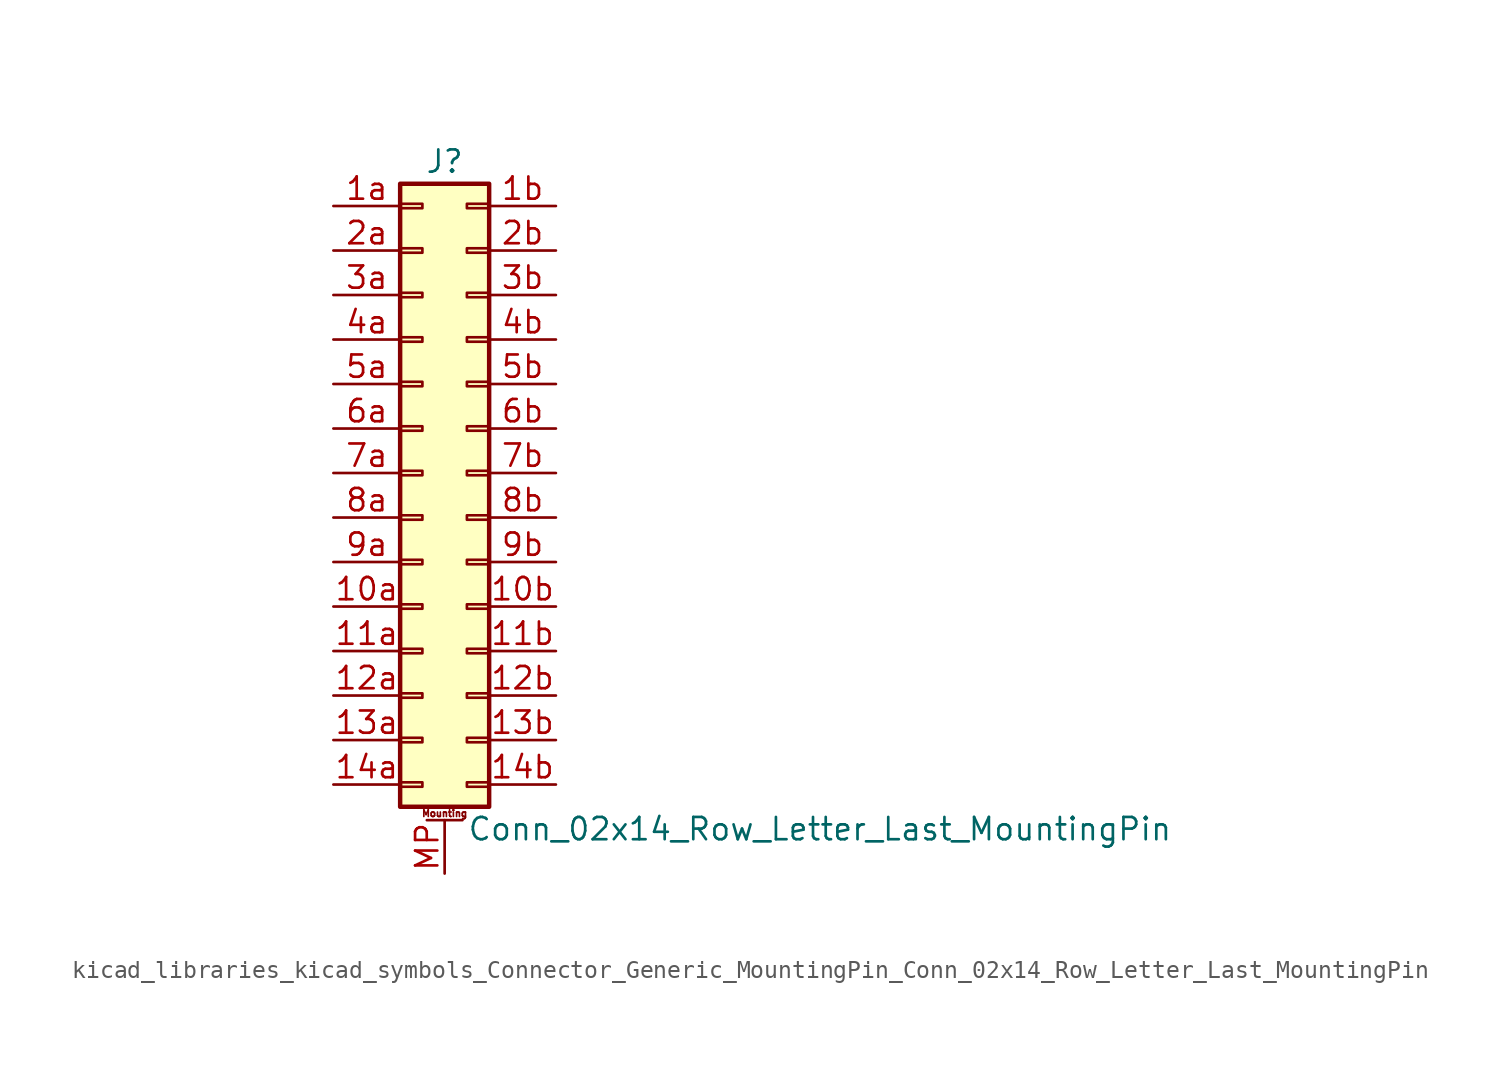
<source format=kicad_sym>
(kicad_symbol_lib
  (version 20220914)
  (generator kicad_symbol_editor)
  (symbol "kicad_libraries_kicad_symbols_Connector_Generic_MountingPin_Conn_02x14_Row_Letter_Last_MountingPin"
    (pin_names
      (offset 1.016) hide)
    (property "Reference" "J"
      (at 1.27 17.78 0)
      (effects (font (size 1.27 1.27))))
    (property "Value" "Conn_02x14_Row_Letter_Last_MountingPin"
      (at 2.54 -20.32 0)
      (effects (font (size 1.27 1.27)) (justify left)))
    (symbol "kicad_libraries_kicad_symbols_Connector_Generic_MountingPin_Conn_02x14_Row_Letter_Last_MountingPin_1_1"
      (rectangle (start -1.27 -17.653) (end 0 -17.907) (stroke (width 0.152) (type default)) (fill (type none)))
      (rectangle (start -1.27 -15.113) (end 0 -15.367) (stroke (width 0.152) (type default)) (fill (type none)))
      (rectangle (start -1.27 -12.573) (end 0 -12.827) (stroke (width 0.152) (type default)) (fill (type none)))
      (rectangle (start -1.27 -10.033) (end 0 -10.287) (stroke (width 0.152) (type default)) (fill (type none)))
      (rectangle (start -1.27 -7.493) (end 0 -7.747) (stroke (width 0.152) (type default)) (fill (type none)))
      (rectangle (start -1.27 -4.953) (end 0 -5.207) (stroke (width 0.152) (type default)) (fill (type none)))
      (rectangle (start -1.27 -2.413) (end 0 -2.667) (stroke (width 0.152) (type default)) (fill (type none)))
      (rectangle (start -1.27 0.127) (end 0 -0.127) (stroke (width 0.152) (type default)) (fill (type none)))
      (rectangle (start -1.27 2.667) (end 0 2.413) (stroke (width 0.152) (type default)) (fill (type none)))
      (rectangle (start -1.27 5.207) (end 0 4.953) (stroke (width 0.152) (type default)) (fill (type none)))
      (rectangle (start -1.27 7.747) (end 0 7.493) (stroke (width 0.152) (type default)) (fill (type none)))
      (rectangle (start -1.27 10.287) (end 0 10.033) (stroke (width 0.152) (type default)) (fill (type none)))
      (rectangle (start -1.27 12.827) (end 0 12.573) (stroke (width 0.152) (type default)) (fill (type none)))
      (rectangle (start -1.27 15.367) (end 0 15.113) (stroke (width 0.152) (type default)) (fill (type none)))
      (rectangle (start -1.27 16.51) (end 3.81 -19.05) (stroke (width 0.254) (type default)) (fill (type background)))
      (polyline (pts (xy 0.254 -19.812) (xy 2.286 -19.812)) (stroke (width 0.152) (type default)) (fill (type none)))
      (rectangle (start 3.81 -17.653) (end 2.54 -17.907) (stroke (width 0.152) (type default)) (fill (type none)))
      (rectangle (start 3.81 -15.113) (end 2.54 -15.367) (stroke (width 0.152) (type default)) (fill (type none)))
      (rectangle (start 3.81 -12.573) (end 2.54 -12.827) (stroke (width 0.152) (type default)) (fill (type none)))
      (rectangle (start 3.81 -10.033) (end 2.54 -10.287) (stroke (width 0.152) (type default)) (fill (type none)))
      (rectangle (start 3.81 -7.493) (end 2.54 -7.747) (stroke (width 0.152) (type default)) (fill (type none)))
      (rectangle (start 3.81 -4.953) (end 2.54 -5.207) (stroke (width 0.152) (type default)) (fill (type none)))
      (rectangle (start 3.81 -2.413) (end 2.54 -2.667) (stroke (width 0.152) (type default)) (fill (type none)))
      (rectangle (start 3.81 0.127) (end 2.54 -0.127) (stroke (width 0.152) (type default)) (fill (type none)))
      (rectangle (start 3.81 2.667) (end 2.54 2.413) (stroke (width 0.152) (type default)) (fill (type none)))
      (rectangle (start 3.81 5.207) (end 2.54 4.953) (stroke (width 0.152) (type default)) (fill (type none)))
      (rectangle (start 3.81 7.747) (end 2.54 7.493) (stroke (width 0.152) (type default)) (fill (type none)))
      (rectangle (start 3.81 10.287) (end 2.54 10.033) (stroke (width 0.152) (type default)) (fill (type none)))
      (rectangle (start 3.81 12.827) (end 2.54 12.573) (stroke (width 0.152) (type default)) (fill (type none)))
      (rectangle (start 3.81 15.367) (end 2.54 15.113) (stroke (width 0.152) (type default)) (fill (type none)))
      (text "Mounting" (at 1.27 -19.431 0) (effects (font (size 0.381 0.381))))
      (pin passive line (at -5.08 -7.62 0) (length 3.81) (name "Pin_10a" (effects (font (size 1.27 1.27)))) (number "10a" (effects (font (size 1.27 1.27)))))
      (pin passive line (at 7.62 -7.62 180) (length 3.81) (name "Pin_10b" (effects (font (size 1.27 1.27)))) (number "10b" (effects (font (size 1.27 1.27)))))
      (pin passive line (at -5.08 -10.16 0) (length 3.81) (name "Pin_11a" (effects (font (size 1.27 1.27)))) (number "11a" (effects (font (size 1.27 1.27)))))
      (pin passive line (at 7.62 -10.16 180) (length 3.81) (name "Pin_11b" (effects (font (size 1.27 1.27)))) (number "11b" (effects (font (size 1.27 1.27)))))
      (pin passive line (at -5.08 -12.7 0) (length 3.81) (name "Pin_12a" (effects (font (size 1.27 1.27)))) (number "12a" (effects (font (size 1.27 1.27)))))
      (pin passive line (at 7.62 -12.7 180) (length 3.81) (name "Pin_12b" (effects (font (size 1.27 1.27)))) (number "12b" (effects (font (size 1.27 1.27)))))
      (pin passive line (at -5.08 -15.24 0) (length 3.81) (name "Pin_13a" (effects (font (size 1.27 1.27)))) (number "13a" (effects (font (size 1.27 1.27)))))
      (pin passive line (at 7.62 -15.24 180) (length 3.81) (name "Pin_13b" (effects (font (size 1.27 1.27)))) (number "13b" (effects (font (size 1.27 1.27)))))
      (pin passive line (at -5.08 -17.78 0) (length 3.81) (name "Pin_14a" (effects (font (size 1.27 1.27)))) (number "14a" (effects (font (size 1.27 1.27)))))
      (pin passive line (at 7.62 -17.78 180) (length 3.81) (name "Pin_14b" (effects (font (size 1.27 1.27)))) (number "14b" (effects (font (size 1.27 1.27)))))
      (pin passive line (at -5.08 15.24 0) (length 3.81) (name "Pin_1a" (effects (font (size 1.27 1.27)))) (number "1a" (effects (font (size 1.27 1.27)))))
      (pin passive line (at 7.62 15.24 180) (length 3.81) (name "Pin_1b" (effects (font (size 1.27 1.27)))) (number "1b" (effects (font (size 1.27 1.27)))))
      (pin passive line (at -5.08 12.7 0) (length 3.81) (name "Pin_2a" (effects (font (size 1.27 1.27)))) (number "2a" (effects (font (size 1.27 1.27)))))
      (pin passive line (at 7.62 12.7 180) (length 3.81) (name "Pin_2b" (effects (font (size 1.27 1.27)))) (number "2b" (effects (font (size 1.27 1.27)))))
      (pin passive line (at -5.08 10.16 0) (length 3.81) (name "Pin_3a" (effects (font (size 1.27 1.27)))) (number "3a" (effects (font (size 1.27 1.27)))))
      (pin passive line (at 7.62 10.16 180) (length 3.81) (name "Pin_3b" (effects (font (size 1.27 1.27)))) (number "3b" (effects (font (size 1.27 1.27)))))
      (pin passive line (at -5.08 7.62 0) (length 3.81) (name "Pin_4a" (effects (font (size 1.27 1.27)))) (number "4a" (effects (font (size 1.27 1.27)))))
      (pin passive line (at 7.62 7.62 180) (length 3.81) (name "Pin_4b" (effects (font (size 1.27 1.27)))) (number "4b" (effects (font (size 1.27 1.27)))))
      (pin passive line (at -5.08 5.08 0) (length 3.81) (name "Pin_5a" (effects (font (size 1.27 1.27)))) (number "5a" (effects (font (size 1.27 1.27)))))
      (pin passive line (at 7.62 5.08 180) (length 3.81) (name "Pin_5b" (effects (font (size 1.27 1.27)))) (number "5b" (effects (font (size 1.27 1.27)))))
      (pin passive line (at -5.08 2.54 0) (length 3.81) (name "Pin_6a" (effects (font (size 1.27 1.27)))) (number "6a" (effects (font (size 1.27 1.27)))))
      (pin passive line (at 7.62 2.54 180) (length 3.81) (name "Pin_6b" (effects (font (size 1.27 1.27)))) (number "6b" (effects (font (size 1.27 1.27)))))
      (pin passive line (at -5.08 0 0) (length 3.81) (name "Pin_7a" (effects (font (size 1.27 1.27)))) (number "7a" (effects (font (size 1.27 1.27)))))
      (pin passive line (at 7.62 0 180) (length 3.81) (name "Pin_7b" (effects (font (size 1.27 1.27)))) (number "7b" (effects (font (size 1.27 1.27)))))
      (pin passive line (at -5.08 -2.54 0) (length 3.81) (name "Pin_8a" (effects (font (size 1.27 1.27)))) (number "8a" (effects (font (size 1.27 1.27)))))
      (pin passive line (at 7.62 -2.54 180) (length 3.81) (name "Pin_8b" (effects (font (size 1.27 1.27)))) (number "8b" (effects (font (size 1.27 1.27)))))
      (pin passive line (at -5.08 -5.08 0) (length 3.81) (name "Pin_9a" (effects (font (size 1.27 1.27)))) (number "9a" (effects (font (size 1.27 1.27)))))
      (pin passive line (at 7.62 -5.08 180) (length 3.81) (name "Pin_9b" (effects (font (size 1.27 1.27)))) (number "9b" (effects (font (size 1.27 1.27)))))
      (pin passive line (at 1.27 -22.86 90) (length 3.048) (name "MountPin" (effects (font (size 1.27 1.27)))) (number "MP" (effects (font (size 1.27 1.27))))))))
</source>
